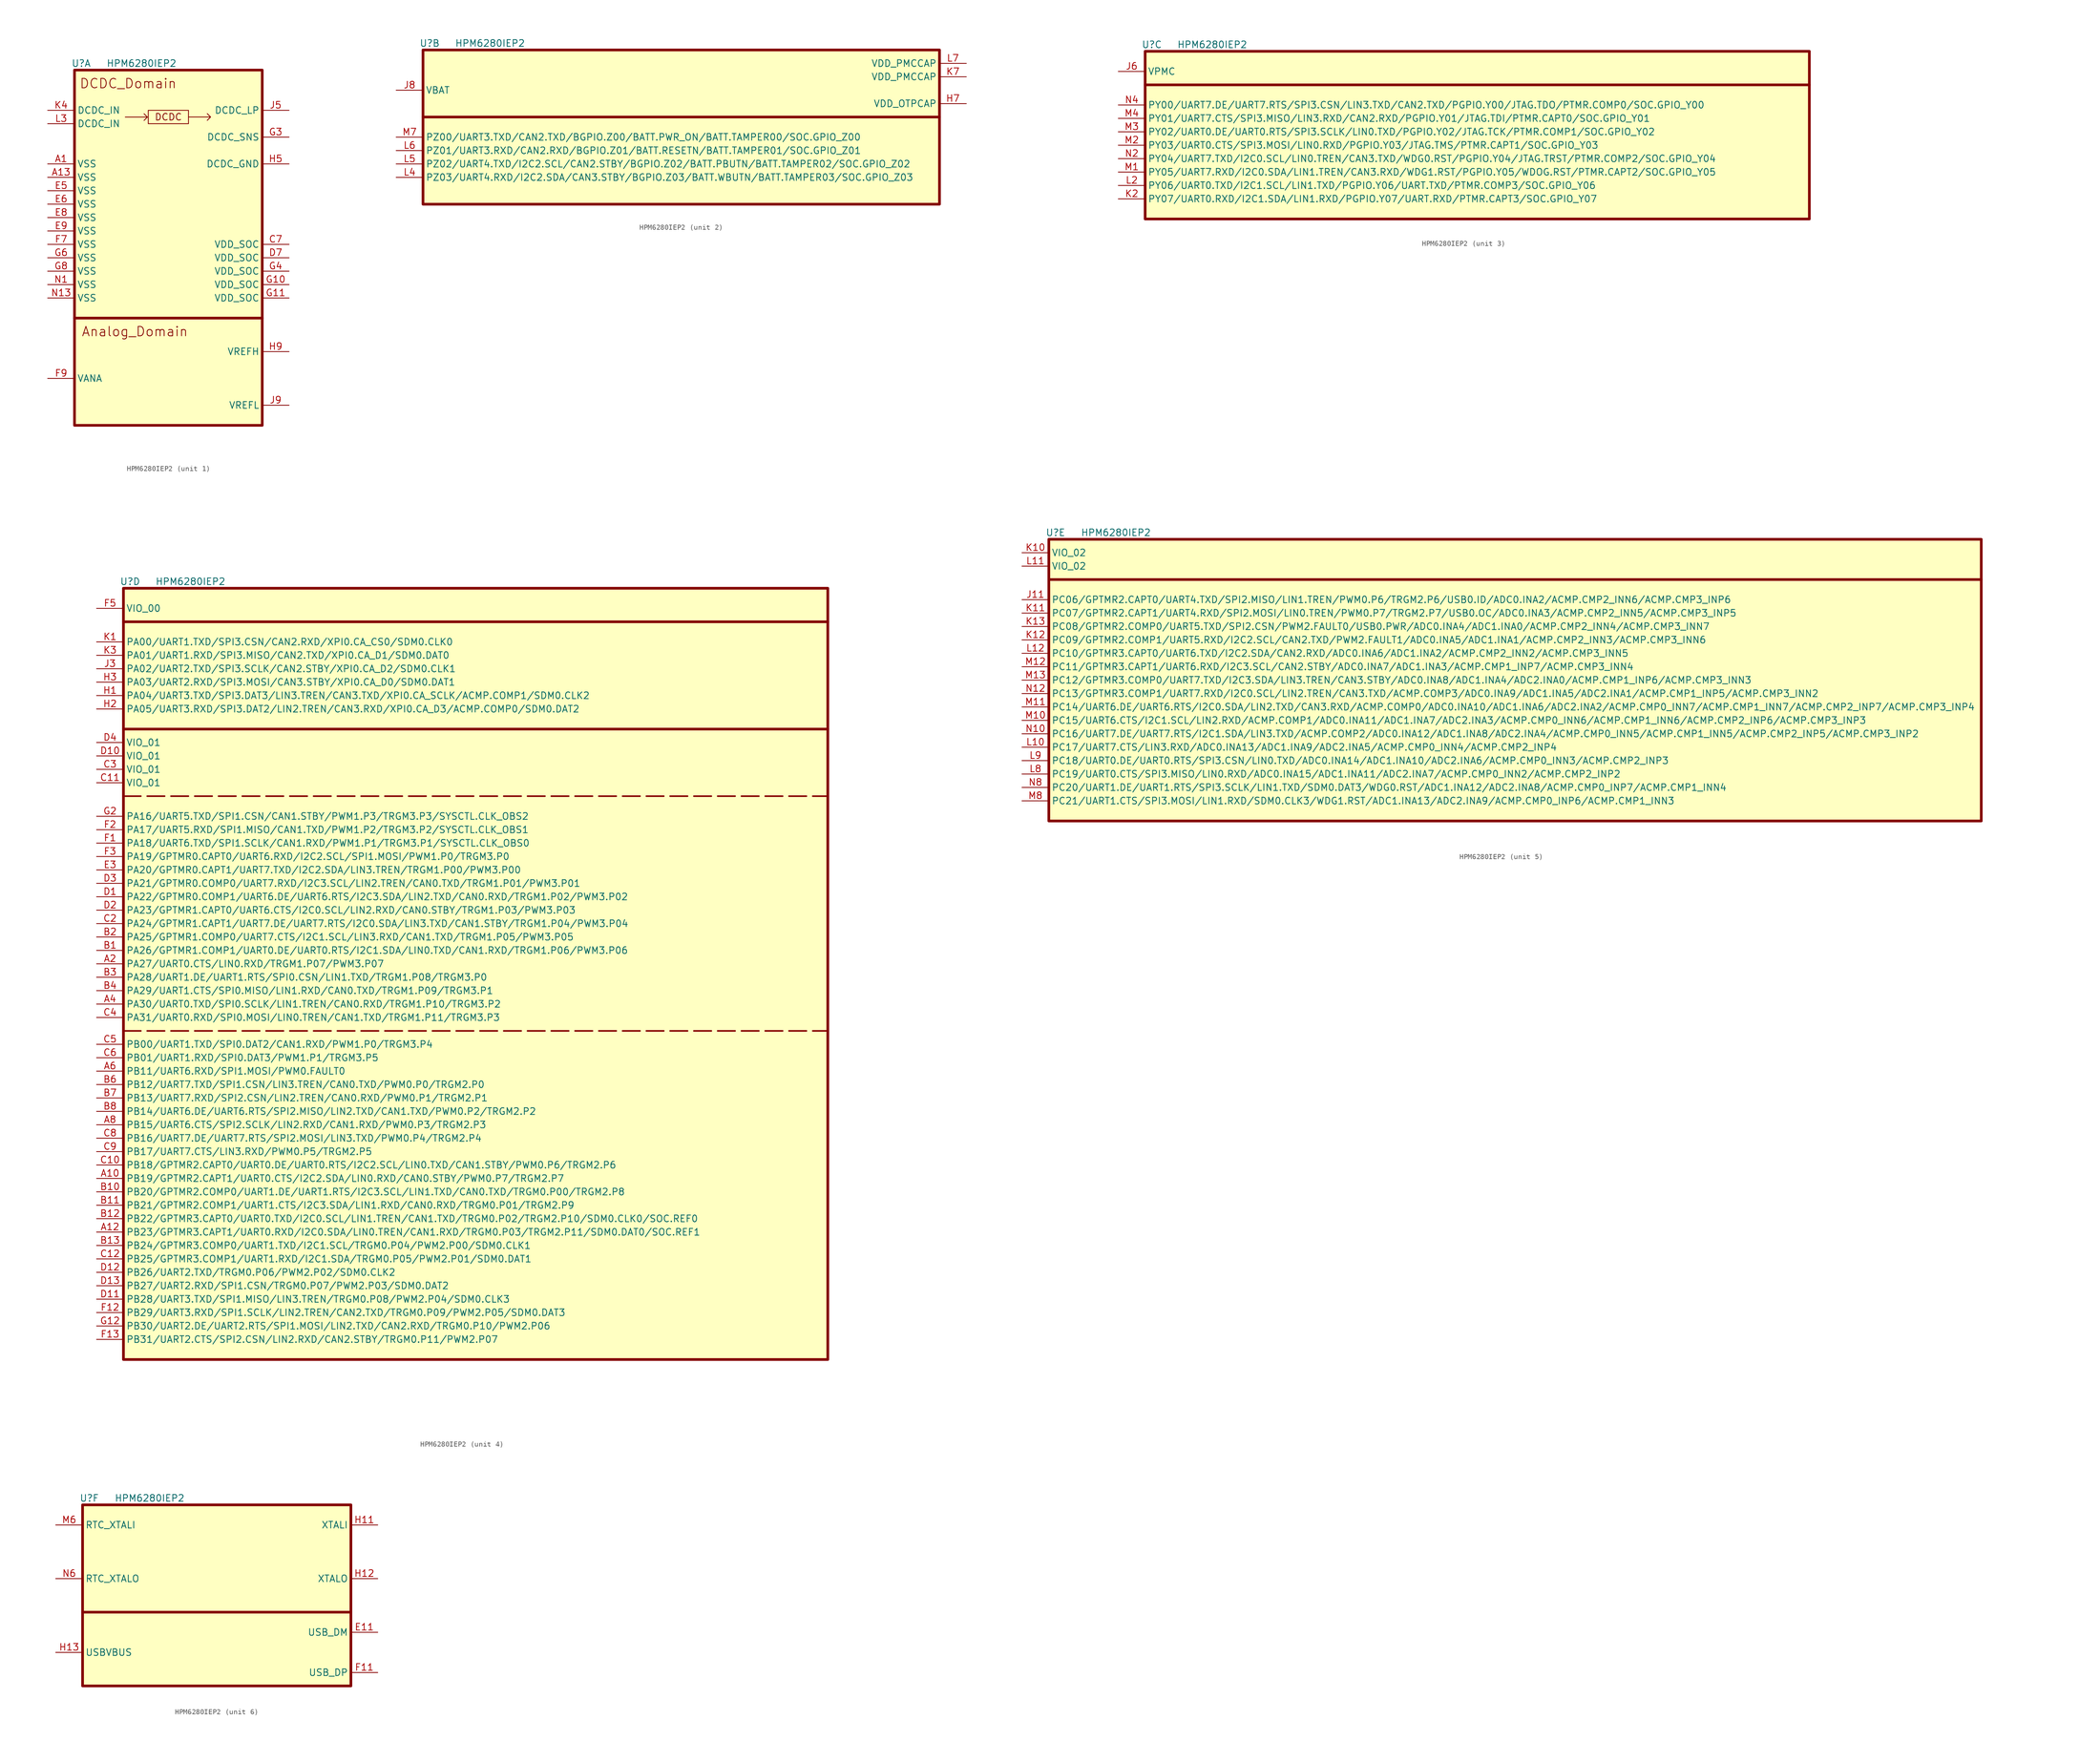
<source format=kicad_sym>
(kicad_symbol_lib
  (version 20220914)
  (generator kicad_symbol_editor)
  (symbol "HPM6280IEP2"
    (property "Reference" "U"
      (at 1.27 1.27 0)
      (effects (font (size 1.27 1.27))))
    (property "Value" "HPM6280IEP2"
      (at 12.7 1.27 0)
      (effects (font (size 1.27 1.27))))
    (symbol "HPM6280IEP2_1_1"
      (polyline (pts (xy 0 -46.99) (xy 35.56 -46.99)) (stroke (width 0.508) (type default)) (fill (type none)))
      (polyline (pts (xy 9.62 -8.907) (xy 9.999 -8.906) (xy 13.809 -8.906) (xy 13.174 -8.271) (xy 13.809 -8.906) (xy 13.174 -9.541)) (stroke (width 0) (type default)) (fill (type none)))
      (polyline (pts (xy 21.59 -8.89) (xy 21.97 -8.889) (xy 25.78 -8.889) (xy 25.145 -8.254) (xy 25.78 -8.889) (xy 25.145 -9.524)) (stroke (width 0) (type default)) (fill (type none)))
      (rectangle (start 0 0) (end 35.56 -67.31) (stroke (width 0.5) (type default)) (fill (type background)))
      (rectangle (start 13.97 -7.62) (end 21.59 -10.16) (stroke (width 0) (type default)) (fill (type none)))
      (text "Analog_Domain" (at 11.43 -49.53 0) (effects (font (size 1.778 1.778))))
      (text "DCDC" (at 17.78 -8.89 0) (effects (font (size 1.27 1.27))))
      (text "DCDC_Domain" (at 10.16 -2.54 0) (effects (font (size 1.778 1.778))))
      (pin power_out line (at -5.08 -17.78 0) (length 5.08) (name "VSS" (effects (font (size 1.27 1.27)))) (number "A1" (effects (font (size 1.27 1.27)))))
      (pin power_out line (at -5.08 -20.32 0) (length 5.08) (name "VSS" (effects (font (size 1.27 1.27)))) (number "A13" (effects (font (size 1.27 1.27)))))
      (pin power_in line (at 40.64 -33.02 180) (length 5.08) (name "VDD_SOC" (effects (font (size 1.27 1.27)))) (number "C7" (effects (font (size 1.27 1.27)))))
      (pin power_in line (at 40.64 -35.56 180) (length 5.08) (name "VDD_SOC" (effects (font (size 1.27 1.27)))) (number "D7" (effects (font (size 1.27 1.27)))))
      (pin power_out line (at -5.08 -22.86 0) (length 5.08) (name "VSS" (effects (font (size 1.27 1.27)))) (number "E5" (effects (font (size 1.27 1.27)))))
      (pin power_out line (at -5.08 -25.4 0) (length 5.08) (name "VSS" (effects (font (size 1.27 1.27)))) (number "E6" (effects (font (size 1.27 1.27)))))
      (pin power_out line (at -5.08 -27.94 0) (length 5.08) (name "VSS" (effects (font (size 1.27 1.27)))) (number "E8" (effects (font (size 1.27 1.27)))))
      (pin power_out line (at -5.08 -30.48 0) (length 5.08) (name "VSS" (effects (font (size 1.27 1.27)))) (number "E9" (effects (font (size 1.27 1.27)))))
      (pin power_out line (at -5.08 -33.02 0) (length 5.08) (name "VSS" (effects (font (size 1.27 1.27)))) (number "F7" (effects (font (size 1.27 1.27)))))
      (pin power_in line (at -5.08 -58.42 0) (length 5.08) (name "VANA" (effects (font (size 1.27 1.27)))) (number "F9" (effects (font (size 1.27 1.27)))))
      (pin power_in line (at 40.64 -40.64 180) (length 5.08) (name "VDD_SOC" (effects (font (size 1.27 1.27)))) (number "G10" (effects (font (size 1.27 1.27)))))
      (pin power_in line (at 40.64 -43.18 180) (length 5.08) (name "VDD_SOC" (effects (font (size 1.27 1.27)))) (number "G11" (effects (font (size 1.27 1.27)))))
      (pin input line (at 40.64 -12.7 180) (length 5.08) (name "DCDC_SNS" (effects (font (size 1.27 1.27)))) (number "G3" (effects (font (size 1.27 1.27)))))
      (pin power_in line (at 40.64 -38.1 180) (length 5.08) (name "VDD_SOC" (effects (font (size 1.27 1.27)))) (number "G4" (effects (font (size 1.27 1.27)))))
      (pin power_out line (at -5.08 -35.56 0) (length 5.08) (name "VSS" (effects (font (size 1.27 1.27)))) (number "G6" (effects (font (size 1.27 1.27)))))
      (pin power_out line (at -5.08 -38.1 0) (length 5.08) (name "VSS" (effects (font (size 1.27 1.27)))) (number "G8" (effects (font (size 1.27 1.27)))))
      (pin power_out line (at 40.64 -17.78 180) (length 5.08) (name "DCDC_GND" (effects (font (size 1.27 1.27)))) (number "H5" (effects (font (size 1.27 1.27)))))
      (pin power_in line (at 40.64 -53.34 180) (length 5.08) (name "VREFH" (effects (font (size 1.27 1.27)))) (number "H9" (effects (font (size 1.27 1.27)))))
      (pin power_out line (at 40.64 -7.62 180) (length 5.08) (name "DCDC_LP" (effects (font (size 1.27 1.27)))) (number "J5" (effects (font (size 1.27 1.27)))))
      (pin power_out line (at 40.64 -63.5 180) (length 5.08) (name "VREFL" (effects (font (size 1.27 1.27)))) (number "J9" (effects (font (size 1.27 1.27)))))
      (pin power_in line (at -5.08 -7.62 0) (length 5.08) (name "DCDC_IN" (effects (font (size 1.27 1.27)))) (number "K4" (effects (font (size 1.27 1.27)))))
      (pin power_in line (at -5.08 -10.16 0) (length 5.08) (name "DCDC_IN" (effects (font (size 1.27 1.27)))) (number "L3" (effects (font (size 1.27 1.27)))))
      (pin power_out line (at -5.08 -40.64 0) (length 5.08) (name "VSS" (effects (font (size 1.27 1.27)))) (number "N1" (effects (font (size 1.27 1.27)))))
      (pin power_out line (at -5.08 -43.18 0) (length 5.08) (name "VSS" (effects (font (size 1.27 1.27)))) (number "N13" (effects (font (size 1.27 1.27))))))
    (symbol "HPM6280IEP2_2_1"
      (polyline (pts (xy 0 -12.7) (xy 97.79 -12.7)) (stroke (width 0.5) (type default)) (fill (type none)))
      (rectangle (start 0 0) (end 97.79 -29.21) (stroke (width 0.508) (type default)) (fill (type background)))
      (pin power_out line (at 102.87 -10.16 180) (length 5.08) (name "VDD_OTPCAP" (effects (font (size 1.27 1.27)))) (number "H7" (effects (font (size 1.27 1.27)))))
      (pin power_in line (at -5.08 -7.62 0) (length 5.08) (name "VBAT" (effects (font (size 1.27 1.27)))) (number "J8" (effects (font (size 1.27 1.27)))))
      (pin power_out line (at 102.87 -5.08 180) (length 5.08) (name "VDD_PMCCAP" (effects (font (size 1.27 1.27)))) (number "K7" (effects (font (size 1.27 1.27)))))
      (pin bidirectional line (at -5.08 -24.13 0) (length 5.08) (name "PZ03/UART4.RXD/I2C2.SDA/CAN3.STBY/BGPIO.Z03/BATT.WBUTN/BATT.TAMPER03/SOC.GPIO_Z03" (effects (font (size 1.27 1.27)))) (number "L4" (effects (font (size 1.27 1.27)))))
      (pin bidirectional line (at -5.08 -21.59 0) (length 5.08) (name "PZ02/UART4.TXD/I2C2.SCL/CAN2.STBY/BGPIO.Z02/BATT.PBUTN/BATT.TAMPER02/SOC.GPIO_Z02" (effects (font (size 1.27 1.27)))) (number "L5" (effects (font (size 1.27 1.27)))))
      (pin bidirectional line (at -5.08 -19.05 0) (length 5.08) (name "PZ01/UART3.RXD/CAN2.RXD/BGPIO.Z01/BATT.RESETN/BATT.TAMPER01/SOC.GPIO_Z01" (effects (font (size 1.27 1.27)))) (number "L6" (effects (font (size 1.27 1.27)))))
      (pin power_out line (at 102.87 -2.54 180) (length 5.08) (name "VDD_PMCCAP" (effects (font (size 1.27 1.27)))) (number "L7" (effects (font (size 1.27 1.27)))))
      (pin bidirectional line (at -5.08 -16.51 0) (length 5.08) (name "PZ00/UART3.TXD/CAN2.TXD/BGPIO.Z00/BATT.PWR_ON/BATT.TAMPER00/SOC.GPIO_Z00" (effects (font (size 1.27 1.27)))) (number "M7" (effects (font (size 1.27 1.27))))))
    (symbol "HPM6280IEP2_3_1"
      (polyline (pts (xy 0 -6.35) (xy 125.73 -6.35)) (stroke (width 0.5) (type default)) (fill (type none)))
      (rectangle (start 0 0) (end 125.73 -31.75) (stroke (width 0.508) (type default)) (fill (type background)))
      (pin bidirectional line (at -5.08 -3.81 0) (length 5.08) (name "VPMC" (effects (font (size 1.27 1.27)))) (number "J6" (effects (font (size 1.27 1.27)))))
      (pin bidirectional line (at -5.08 -27.94 0) (length 5.08) (name "PY07/UART0.RXD/I2C1.SDA/LIN1.RXD/PGPIO.Y07/UART.RXD/PTMR.CAPT3/SOC.GPIO_Y07" (effects (font (size 1.27 1.27)))) (number "K2" (effects (font (size 1.27 1.27)))))
      (pin bidirectional line (at -5.08 -25.4 0) (length 5.08) (name "PY06/UART0.TXD/I2C1.SCL/LIN1.TXD/PGPIO.Y06/UART.TXD/PTMR.COMP3/SOC.GPIO_Y06" (effects (font (size 1.27 1.27)))) (number "L2" (effects (font (size 1.27 1.27)))))
      (pin bidirectional line (at -5.08 -22.86 0) (length 5.08) (name "PY05/UART7.RXD/I2C0.SDA/LIN1.TREN/CAN3.RXD/WDG1.RST/PGPIO.Y05/WDOG.RST/PTMR.CAPT2/SOC.GPIO_Y05" (effects (font (size 1.27 1.27)))) (number "M1" (effects (font (size 1.27 1.27)))))
      (pin bidirectional line (at -5.08 -17.78 0) (length 5.08) (name "PY03/UART0.CTS/SPI3.MOSI/LIN0.RXD/PGPIO.Y03/JTAG.TMS/PTMR.CAPT1/SOC.GPIO_Y03" (effects (font (size 1.27 1.27)))) (number "M2" (effects (font (size 1.27 1.27)))))
      (pin bidirectional line (at -5.08 -15.24 0) (length 5.08) (name "PY02/UART0.DE/UART0.RTS/SPI3.SCLK/LIN0.TXD/PGPIO.Y02/JTAG.TCK/PTMR.COMP1/SOC.GPIO_Y02" (effects (font (size 1.27 1.27)))) (number "M3" (effects (font (size 1.27 1.27)))))
      (pin bidirectional line (at -5.08 -12.7 0) (length 5.08) (name "PY01/UART7.CTS/SPI3.MISO/LIN3.RXD/CAN2.RXD/PGPIO.Y01/JTAG.TDI/PTMR.CAPT0/SOC.GPIO_Y01" (effects (font (size 1.27 1.27)))) (number "M4" (effects (font (size 1.27 1.27)))))
      (pin bidirectional line (at -5.08 -20.32 0) (length 5.08) (name "PY04/UART7.TXD/I2C0.SCL/LIN0.TREN/CAN3.TXD/WDG0.RST/PGPIO.Y04/JTAG.TRST/PTMR.COMP2/SOC.GPIO_Y04" (effects (font (size 1.27 1.27)))) (number "N2" (effects (font (size 1.27 1.27)))))
      (pin bidirectional line (at -5.08 -10.16 0) (length 5.08) (name "PY00/UART7.DE/UART7.RTS/SPI3.CSN/LIN3.TXD/CAN2.TXD/PGPIO.Y00/JTAG.TDO/PTMR.COMP0/SOC.GPIO_Y00" (effects (font (size 1.27 1.27)))) (number "N4" (effects (font (size 1.27 1.27))))))
    (symbol "HPM6280IEP2_4_1"
      (polyline (pts (xy 0 -83.82) (xy 133.35 -83.82)) (stroke (width 0.3) (type dash)) (fill (type none)))
      (polyline (pts (xy 0 -39.37) (xy 133.35 -39.37)) (stroke (width 0.3) (type dash)) (fill (type none)))
      (polyline (pts (xy 0 -26.67) (xy 133.35 -26.67)) (stroke (width 0.5) (type default)) (fill (type none)))
      (polyline (pts (xy 0 -6.35) (xy 133.35 -6.35)) (stroke (width 0.5) (type default)) (fill (type none)))
      (rectangle (start 0 0) (end 133.35 -146.05) (stroke (width 0.508) (type default)) (fill (type background)))
      (pin bidirectional line (at -5.08 -111.76 0) (length 5.08) (name "PB19/GPTMR2.CAPT1/UART0.CTS/I2C2.SDA/LIN0.RXD/CAN0.STBY/PWM0.P7/TRGM2.P7" (effects (font (size 1.27 1.27)))) (number "A10" (effects (font (size 1.27 1.27)))))
      (pin bidirectional line (at -5.08 -121.92 0) (length 5.08) (name "PB23/GPTMR3.CAPT1/UART0.RXD/I2C0.SDA/LIN0.TREN/CAN1.RXD/TRGM0.P03/TRGM2.P11/SDM0.DAT0/SOC.REF1" (effects (font (size 1.27 1.27)))) (number "A12" (effects (font (size 1.27 1.27)))))
      (pin bidirectional line (at -5.08 -71.12 0) (length 5.08) (name "PA27/UART0.CTS/LIN0.RXD/TRGM1.P07/PWM3.P07" (effects (font (size 1.27 1.27)))) (number "A2" (effects (font (size 1.27 1.27)))))
      (pin bidirectional line (at -5.08 -78.74 0) (length 5.08) (name "PA30/UART0.TXD/SPI0.SCLK/LIN1.TREN/CAN0.RXD/TRGM1.P10/TRGM3.P2" (effects (font (size 1.27 1.27)))) (number "A4" (effects (font (size 1.27 1.27)))))
      (pin bidirectional line (at -5.08 -91.44 0) (length 5.08) (name "PB11/UART6.RXD/SPI1.MOSI/PWM0.FAULT0" (effects (font (size 1.27 1.27)))) (number "A6" (effects (font (size 1.27 1.27)))))
      (pin bidirectional line (at -5.08 -101.6 0) (length 5.08) (name "PB15/UART6.CTS/SPI2.SCLK/LIN2.RXD/CAN1.RXD/PWM0.P3/TRGM2.P3" (effects (font (size 1.27 1.27)))) (number "A8" (effects (font (size 1.27 1.27)))))
      (pin bidirectional line (at -5.08 -68.58 0) (length 5.08) (name "PA26/GPTMR1.COMP1/UART0.DE/UART0.RTS/I2C1.SDA/LIN0.TXD/CAN1.RXD/TRGM1.P06/PWM3.P06" (effects (font (size 1.27 1.27)))) (number "B1" (effects (font (size 1.27 1.27)))))
      (pin bidirectional line (at -5.08 -114.3 0) (length 5.08) (name "PB20/GPTMR2.COMP0/UART1.DE/UART1.RTS/I2C3.SCL/LIN1.TXD/CAN0.TXD/TRGM0.P00/TRGM2.P8" (effects (font (size 1.27 1.27)))) (number "B10" (effects (font (size 1.27 1.27)))))
      (pin bidirectional line (at -5.08 -116.84 0) (length 5.08) (name "PB21/GPTMR2.COMP1/UART1.CTS/I2C3.SDA/LIN1.RXD/CAN0.RXD/TRGM0.P01/TRGM2.P9" (effects (font (size 1.27 1.27)))) (number "B11" (effects (font (size 1.27 1.27)))))
      (pin bidirectional line (at -5.08 -119.38 0) (length 5.08) (name "PB22/GPTMR3.CAPT0/UART0.TXD/I2C0.SCL/LIN1.TREN/CAN1.TXD/TRGM0.P02/TRGM2.P10/SDM0.CLK0/SOC.REF0" (effects (font (size 1.27 1.27)))) (number "B12" (effects (font (size 1.27 1.27)))))
      (pin bidirectional line (at -5.08 -124.46 0) (length 5.08) (name "PB24/GPTMR3.COMP0/UART1.TXD/I2C1.SCL/TRGM0.P04/PWM2.P00/SDM0.CLK1" (effects (font (size 1.27 1.27)))) (number "B13" (effects (font (size 1.27 1.27)))))
      (pin bidirectional line (at -5.08 -66.04 0) (length 5.08) (name "PA25/GPTMR1.COMP0/UART7.CTS/I2C1.SCL/LIN3.RXD/CAN1.TXD/TRGM1.P05/PWM3.P05" (effects (font (size 1.27 1.27)))) (number "B2" (effects (font (size 1.27 1.27)))))
      (pin bidirectional line (at -5.08 -73.66 0) (length 5.08) (name "PA28/UART1.DE/UART1.RTS/SPI0.CSN/LIN1.TXD/TRGM1.P08/TRGM3.P0" (effects (font (size 1.27 1.27)))) (number "B3" (effects (font (size 1.27 1.27)))))
      (pin bidirectional line (at -5.08 -76.2 0) (length 5.08) (name "PA29/UART1.CTS/SPI0.MISO/LIN1.RXD/CAN0.TXD/TRGM1.P09/TRGM3.P1" (effects (font (size 1.27 1.27)))) (number "B4" (effects (font (size 1.27 1.27)))))
      (pin bidirectional line (at -5.08 -93.98 0) (length 5.08) (name "PB12/UART7.TXD/SPI1.CSN/LIN3.TREN/CAN0.TXD/PWM0.P0/TRGM2.P0" (effects (font (size 1.27 1.27)))) (number "B6" (effects (font (size 1.27 1.27)))))
      (pin bidirectional line (at -5.08 -96.52 0) (length 5.08) (name "PB13/UART7.RXD/SPI2.CSN/LIN2.TREN/CAN0.RXD/PWM0.P1/TRGM2.P1" (effects (font (size 1.27 1.27)))) (number "B7" (effects (font (size 1.27 1.27)))))
      (pin bidirectional line (at -5.08 -99.06 0) (length 5.08) (name "PB14/UART6.DE/UART6.RTS/SPI2.MISO/LIN2.TXD/CAN1.TXD/PWM0.P2/TRGM2.P2" (effects (font (size 1.27 1.27)))) (number "B8" (effects (font (size 1.27 1.27)))))
      (pin bidirectional line (at -5.08 -109.22 0) (length 5.08) (name "PB18/GPTMR2.CAPT0/UART0.DE/UART0.RTS/I2C2.SCL/LIN0.TXD/CAN1.STBY/PWM0.P6/TRGM2.P6" (effects (font (size 1.27 1.27)))) (number "C10" (effects (font (size 1.27 1.27)))))
      (pin power_in line (at -5.08 -36.83 0) (length 5.08) (name "VIO_01" (effects (font (size 1.27 1.27)))) (number "C11" (effects (font (size 1.27 1.27)))))
      (pin bidirectional line (at -5.08 -127 0) (length 5.08) (name "PB25/GPTMR3.COMP1/UART1.RXD/I2C1.SDA/TRGM0.P05/PWM2.P01/SDM0.DAT1" (effects (font (size 1.27 1.27)))) (number "C12" (effects (font (size 1.27 1.27)))))
      (pin bidirectional line (at -5.08 -63.5 0) (length 5.08) (name "PA24/GPTMR1.CAPT1/UART7.DE/UART7.RTS/I2C0.SDA/LIN3.TXD/CAN1.STBY/TRGM1.P04/PWM3.P04" (effects (font (size 1.27 1.27)))) (number "C2" (effects (font (size 1.27 1.27)))))
      (pin power_in line (at -5.08 -34.29 0) (length 5.08) (name "VIO_01" (effects (font (size 1.27 1.27)))) (number "C3" (effects (font (size 1.27 1.27)))))
      (pin bidirectional line (at -5.08 -81.28 0) (length 5.08) (name "PA31/UART0.RXD/SPI0.MOSI/LIN0.TREN/CAN1.TXD/TRGM1.P11/TRGM3.P3" (effects (font (size 1.27 1.27)))) (number "C4" (effects (font (size 1.27 1.27)))))
      (pin bidirectional line (at -5.08 -86.36 0) (length 5.08) (name "PB00/UART1.TXD/SPI0.DAT2/CAN1.RXD/PWM1.P0/TRGM3.P4" (effects (font (size 1.27 1.27)))) (number "C5" (effects (font (size 1.27 1.27)))))
      (pin bidirectional line (at -5.08 -88.9 0) (length 5.08) (name "PB01/UART1.RXD/SPI0.DAT3/PWM1.P1/TRGM3.P5" (effects (font (size 1.27 1.27)))) (number "C6" (effects (font (size 1.27 1.27)))))
      (pin bidirectional line (at -5.08 -104.14 0) (length 5.08) (name "PB16/UART7.DE/UART7.RTS/SPI2.MOSI/LIN3.TXD/PWM0.P4/TRGM2.P4" (effects (font (size 1.27 1.27)))) (number "C8" (effects (font (size 1.27 1.27)))))
      (pin bidirectional line (at -5.08 -106.68 0) (length 5.08) (name "PB17/UART7.CTS/LIN3.RXD/PWM0.P5/TRGM2.P5" (effects (font (size 1.27 1.27)))) (number "C9" (effects (font (size 1.27 1.27)))))
      (pin bidirectional line (at -5.08 -58.42 0) (length 5.08) (name "PA22/GPTMR0.COMP1/UART6.DE/UART6.RTS/I2C3.SDA/LIN2.TXD/CAN0.RXD/TRGM1.P02/PWM3.P02" (effects (font (size 1.27 1.27)))) (number "D1" (effects (font (size 1.27 1.27)))))
      (pin power_in line (at -5.08 -31.75 0) (length 5.08) (name "VIO_01" (effects (font (size 1.27 1.27)))) (number "D10" (effects (font (size 1.27 1.27)))))
      (pin bidirectional line (at -5.08 -134.62 0) (length 5.08) (name "PB28/UART3.TXD/SPI1.MISO/LIN3.TREN/TRGM0.P08/PWM2.P04/SDM0.CLK3" (effects (font (size 1.27 1.27)))) (number "D11" (effects (font (size 1.27 1.27)))))
      (pin bidirectional line (at -5.08 -129.54 0) (length 5.08) (name "PB26/UART2.TXD/TRGM0.P06/PWM2.P02/SDM0.CLK2" (effects (font (size 1.27 1.27)))) (number "D12" (effects (font (size 1.27 1.27)))))
      (pin bidirectional line (at -5.08 -132.08 0) (length 5.08) (name "PB27/UART2.RXD/SPI1.CSN/TRGM0.P07/PWM2.P03/SDM0.DAT2" (effects (font (size 1.27 1.27)))) (number "D13" (effects (font (size 1.27 1.27)))))
      (pin bidirectional line (at -5.08 -60.96 0) (length 5.08) (name "PA23/GPTMR1.CAPT0/UART6.CTS/I2C0.SCL/LIN2.RXD/CAN0.STBY/TRGM1.P03/PWM3.P03" (effects (font (size 1.27 1.27)))) (number "D2" (effects (font (size 1.27 1.27)))))
      (pin bidirectional line (at -5.08 -55.88 0) (length 5.08) (name "PA21/GPTMR0.COMP0/UART7.RXD/I2C3.SCL/LIN2.TREN/CAN0.TXD/TRGM1.P01/PWM3.P01" (effects (font (size 1.27 1.27)))) (number "D3" (effects (font (size 1.27 1.27)))))
      (pin power_in line (at -5.08 -29.21 0) (length 5.08) (name "VIO_01" (effects (font (size 1.27 1.27)))) (number "D4" (effects (font (size 1.27 1.27)))))
      (pin bidirectional line (at -5.08 -53.34 0) (length 5.08) (name "PA20/GPTMR0.CAPT1/UART7.TXD/I2C2.SDA/LIN3.TREN/TRGM1.P00/PWM3.P00" (effects (font (size 1.27 1.27)))) (number "E3" (effects (font (size 1.27 1.27)))))
      (pin bidirectional line (at -5.08 -48.26 0) (length 5.08) (name "PA18/UART6.TXD/SPI1.SCLK/CAN1.RXD/PWM1.P1/TRGM3.P1/SYSCTL.CLK_OBS0" (effects (font (size 1.27 1.27)))) (number "F1" (effects (font (size 1.27 1.27)))))
      (pin bidirectional line (at -5.08 -137.16 0) (length 5.08) (name "PB29/UART3.RXD/SPI1.SCLK/LIN2.TREN/CAN2.TXD/TRGM0.P09/PWM2.P05/SDM0.DAT3" (effects (font (size 1.27 1.27)))) (number "F12" (effects (font (size 1.27 1.27)))))
      (pin bidirectional line (at -5.08 -142.24 0) (length 5.08) (name "PB31/UART2.CTS/SPI2.CSN/LIN2.RXD/CAN2.STBY/TRGM0.P11/PWM2.P07" (effects (font (size 1.27 1.27)))) (number "F13" (effects (font (size 1.27 1.27)))))
      (pin bidirectional line (at -5.08 -45.72 0) (length 5.08) (name "PA17/UART5.RXD/SPI1.MISO/CAN1.TXD/PWM1.P2/TRGM3.P2/SYSCTL.CLK_OBS1" (effects (font (size 1.27 1.27)))) (number "F2" (effects (font (size 1.27 1.27)))))
      (pin bidirectional line (at -5.08 -50.8 0) (length 5.08) (name "PA19/GPTMR0.CAPT0/UART6.RXD/I2C2.SCL/SPI1.MOSI/PWM1.P0/TRGM3.P0" (effects (font (size 1.27 1.27)))) (number "F3" (effects (font (size 1.27 1.27)))))
      (pin power_in line (at -5.08 -3.81 0) (length 5.08) (name "VIO_00" (effects (font (size 1.27 1.27)))) (number "F5" (effects (font (size 1.27 1.27)))))
      (pin bidirectional line (at -5.08 -139.7 0) (length 5.08) (name "PB30/UART2.DE/UART2.RTS/SPI1.MOSI/LIN2.TXD/CAN2.RXD/TRGM0.P10/PWM2.P06" (effects (font (size 1.27 1.27)))) (number "G12" (effects (font (size 1.27 1.27)))))
      (pin bidirectional line (at -5.08 -43.18 0) (length 5.08) (name "PA16/UART5.TXD/SPI1.CSN/CAN1.STBY/PWM1.P3/TRGM3.P3/SYSCTL.CLK_OBS2" (effects (font (size 1.27 1.27)))) (number "G2" (effects (font (size 1.27 1.27)))))
      (pin bidirectional line (at -5.08 -20.32 0) (length 5.08) (name "PA04/UART3.TXD/SPI3.DAT3/LIN3.TREN/CAN3.TXD/XPI0.CA_SCLK/ACMP.COMP1/SDM0.CLK2" (effects (font (size 1.27 1.27)))) (number "H1" (effects (font (size 1.27 1.27)))))
      (pin bidirectional line (at -5.08 -22.86 0) (length 5.08) (name "PA05/UART3.RXD/SPI3.DAT2/LIN2.TREN/CAN3.RXD/XPI0.CA_D3/ACMP.COMP0/SDM0.DAT2" (effects (font (size 1.27 1.27)))) (number "H2" (effects (font (size 1.27 1.27)))))
      (pin bidirectional line (at -5.08 -17.78 0) (length 5.08) (name "PA03/UART2.RXD/SPI3.MOSI/CAN3.STBY/XPI0.CA_D0/SDM0.DAT1" (effects (font (size 1.27 1.27)))) (number "H3" (effects (font (size 1.27 1.27)))))
      (pin bidirectional line (at -5.08 -15.24 0) (length 5.08) (name "PA02/UART2.TXD/SPI3.SCLK/CAN2.STBY/XPI0.CA_D2/SDM0.CLK1" (effects (font (size 1.27 1.27)))) (number "J3" (effects (font (size 1.27 1.27)))))
      (pin bidirectional line (at -5.08 -10.16 0) (length 5.08) (name "PA00/UART1.TXD/SPI3.CSN/CAN2.RXD/XPI0.CA_CS0/SDM0.CLK0" (effects (font (size 1.27 1.27)))) (number "K1" (effects (font (size 1.27 1.27)))))
      (pin bidirectional line (at -5.08 -12.7 0) (length 5.08) (name "PA01/UART1.RXD/SPI3.MISO/CAN2.TXD/XPI0.CA_D1/SDM0.DAT0" (effects (font (size 1.27 1.27)))) (number "K3" (effects (font (size 1.27 1.27))))))
    (symbol "HPM6280IEP2_5_1"
      (polyline (pts (xy 176.53 -7.62) (xy 0 -7.62)) (stroke (width 0.5) (type default)) (fill (type none)))
      (rectangle (start 0 0) (end 176.53 -53.34) (stroke (width 0.508) (type default)) (fill (type background)))
      (pin bidirectional line (at -5.08 -11.43 0) (length 5.08) (name "PC06/GPTMR2.CAPT0/UART4.TXD/SPI2.MISO/LIN1.TREN/PWM0.P6/TRGM2.P6/USB0.ID/ADC0.INA2/ACMP.CMP2_INN6/ACMP.CMP3_INP6" (effects (font (size 1.27 1.27)))) (number "J11" (effects (font (size 1.27 1.27)))))
      (pin power_in line (at -5.08 -2.54 0) (length 5.08) (name "VIO_02" (effects (font (size 1.27 1.27)))) (number "K10" (effects (font (size 1.27 1.27)))))
      (pin bidirectional line (at -5.08 -13.97 0) (length 5.08) (name "PC07/GPTMR2.CAPT1/UART4.RXD/SPI2.MOSI/LIN0.TREN/PWM0.P7/TRGM2.P7/USB0.OC/ADC0.INA3/ACMP.CMP2_INN5/ACMP.CMP3_INP5" (effects (font (size 1.27 1.27)))) (number "K11" (effects (font (size 1.27 1.27)))))
      (pin bidirectional line (at -5.08 -19.05 0) (length 5.08) (name "PC09/GPTMR2.COMP1/UART5.RXD/I2C2.SCL/CAN2.TXD/PWM2.FAULT1/ADC0.INA5/ADC1.INA1/ACMP.CMP2_INN3/ACMP.CMP3_INN6" (effects (font (size 1.27 1.27)))) (number "K12" (effects (font (size 1.27 1.27)))))
      (pin bidirectional line (at -5.08 -16.51 0) (length 5.08) (name "PC08/GPTMR2.COMP0/UART5.TXD/SPI2.CSN/PWM2.FAULT0/USB0.PWR/ADC0.INA4/ADC1.INA0/ACMP.CMP2_INN4/ACMP.CMP3_INN7" (effects (font (size 1.27 1.27)))) (number "K13" (effects (font (size 1.27 1.27)))))
      (pin bidirectional line (at -5.08 -39.37 0) (length 5.08) (name "PC17/UART7.CTS/LIN3.RXD/ADC0.INA13/ADC1.INA9/ADC2.INA5/ACMP.CMP0_INN4/ACMP.CMP2_INP4" (effects (font (size 1.27 1.27)))) (number "L10" (effects (font (size 1.27 1.27)))))
      (pin power_in line (at -5.08 -5.08 0) (length 5.08) (name "VIO_02" (effects (font (size 1.27 1.27)))) (number "L11" (effects (font (size 1.27 1.27)))))
      (pin bidirectional line (at -5.08 -21.59 0) (length 5.08) (name "PC10/GPTMR3.CAPT0/UART6.TXD/I2C2.SDA/CAN2.RXD/ADC0.INA6/ADC1.INA2/ACMP.CMP2_INN2/ACMP.CMP3_INN5" (effects (font (size 1.27 1.27)))) (number "L12" (effects (font (size 1.27 1.27)))))
      (pin bidirectional line (at -5.08 -44.45 0) (length 5.08) (name "PC19/UART0.CTS/SPI3.MISO/LIN0.RXD/ADC0.INA15/ADC1.INA11/ADC2.INA7/ACMP.CMP0_INN2/ACMP.CMP2_INP2" (effects (font (size 1.27 1.27)))) (number "L8" (effects (font (size 1.27 1.27)))))
      (pin bidirectional line (at -5.08 -41.91 0) (length 5.08) (name "PC18/UART0.DE/UART0.RTS/SPI3.CSN/LIN0.TXD/ADC0.INA14/ADC1.INA10/ADC2.INA6/ACMP.CMP0_INN3/ACMP.CMP2_INP3" (effects (font (size 1.27 1.27)))) (number "L9" (effects (font (size 1.27 1.27)))))
      (pin bidirectional line (at -5.08 -34.29 0) (length 5.08) (name "PC15/UART6.CTS/I2C1.SCL/LIN2.RXD/ACMP.COMP1/ADC0.INA11/ADC1.INA7/ADC2.INA3/ACMP.CMP0_INN6/ACMP.CMP1_INN6/ACMP.CMP2_INP6/ACMP.CMP3_INP3" (effects (font (size 1.27 1.27)))) (number "M10" (effects (font (size 1.27 1.27)))))
      (pin bidirectional line (at -5.08 -31.75 0) (length 5.08) (name "PC14/UART6.DE/UART6.RTS/I2C0.SDA/LIN2.TXD/CAN3.RXD/ACMP.COMP0/ADC0.INA10/ADC1.INA6/ADC2.INA2/ACMP.CMP0_INN7/ACMP.CMP1_INN7/ACMP.CMP2_INP7/ACMP.CMP3_INP4" (effects (font (size 1.27 1.27)))) (number "M11" (effects (font (size 1.27 1.27)))))
      (pin bidirectional line (at -5.08 -24.13 0) (length 5.08) (name "PC11/GPTMR3.CAPT1/UART6.RXD/I2C3.SCL/CAN2.STBY/ADC0.INA7/ADC1.INA3/ACMP.CMP1_INP7/ACMP.CMP3_INN4" (effects (font (size 1.27 1.27)))) (number "M12" (effects (font (size 1.27 1.27)))))
      (pin bidirectional line (at -5.08 -26.67 0) (length 5.08) (name "PC12/GPTMR3.COMP0/UART7.TXD/I2C3.SDA/LIN3.TREN/CAN3.STBY/ADC0.INA8/ADC1.INA4/ADC2.INA0/ACMP.CMP1_INP6/ACMP.CMP3_INN3" (effects (font (size 1.27 1.27)))) (number "M13" (effects (font (size 1.27 1.27)))))
      (pin bidirectional line (at -5.08 -49.53 0) (length 5.08) (name "PC21/UART1.CTS/SPI3.MOSI/LIN1.RXD/SDM0.CLK3/WDG1.RST/ADC1.INA13/ADC2.INA9/ACMP.CMP0_INP6/ACMP.CMP1_INN3" (effects (font (size 1.27 1.27)))) (number "M8" (effects (font (size 1.27 1.27)))))
      (pin bidirectional line (at -5.08 -36.83 0) (length 5.08) (name "PC16/UART7.DE/UART7.RTS/I2C1.SDA/LIN3.TXD/ACMP.COMP2/ADC0.INA12/ADC1.INA8/ADC2.INA4/ACMP.CMP0_INN5/ACMP.CMP1_INN5/ACMP.CMP2_INP5/ACMP.CMP3_INP2" (effects (font (size 1.27 1.27)))) (number "N10" (effects (font (size 1.27 1.27)))))
      (pin bidirectional line (at -5.08 -29.21 0) (length 5.08) (name "PC13/GPTMR3.COMP1/UART7.RXD/I2C0.SCL/LIN2.TREN/CAN3.TXD/ACMP.COMP3/ADC0.INA9/ADC1.INA5/ADC2.INA1/ACMP.CMP1_INP5/ACMP.CMP3_INN2" (effects (font (size 1.27 1.27)))) (number "N12" (effects (font (size 1.27 1.27)))))
      (pin bidirectional line (at -5.08 -46.99 0) (length 5.08) (name "PC20/UART1.DE/UART1.RTS/SPI3.SCLK/LIN1.TXD/SDM0.DAT3/WDG0.RST/ADC1.INA12/ADC2.INA8/ACMP.CMP0_INP7/ACMP.CMP1_INN4" (effects (font (size 1.27 1.27)))) (number "N8" (effects (font (size 1.27 1.27))))))
    (symbol "HPM6280IEP2_6_1"
      (polyline (pts (xy 0 -20.32) (xy 50.8 -20.32)) (stroke (width 0.5) (type default)) (fill (type none)))
      (rectangle (start 0 0) (end 50.8 -34.29) (stroke (width 0.508) (type default)) (fill (type background)))
      (pin bidirectional line (at 55.88 -24.13 180) (length 5.08) (name "USB_DM" (effects (font (size 1.27 1.27)))) (number "E11" (effects (font (size 1.27 1.27)))))
      (pin bidirectional line (at 55.88 -31.75 180) (length 5.08) (name "USB_DP" (effects (font (size 1.27 1.27)))) (number "F11" (effects (font (size 1.27 1.27)))))
      (pin input line (at 55.88 -3.81 180) (length 5.08) (name "XTALI" (effects (font (size 1.27 1.27)))) (number "H11" (effects (font (size 1.27 1.27)))))
      (pin output line (at 55.88 -13.97 180) (length 5.08) (name "XTALO" (effects (font (size 1.27 1.27)))) (number "H12" (effects (font (size 1.27 1.27)))))
      (pin power_in line (at -5.08 -27.94 0) (length 5.08) (name "USBVBUS" (effects (font (size 1.27 1.27)))) (number "H13" (effects (font (size 1.27 1.27)))))
      (pin input line (at -5.08 -3.81 0) (length 5.08) (name "RTC_XTALI" (effects (font (size 1.27 1.27)))) (number "M6" (effects (font (size 1.27 1.27)))))
      (pin output line (at -5.08 -13.97 0) (length 5.08) (name "RTC_XTALO" (effects (font (size 1.27 1.27)))) (number "N6" (effects (font (size 1.27 1.27))))))))
</source>
